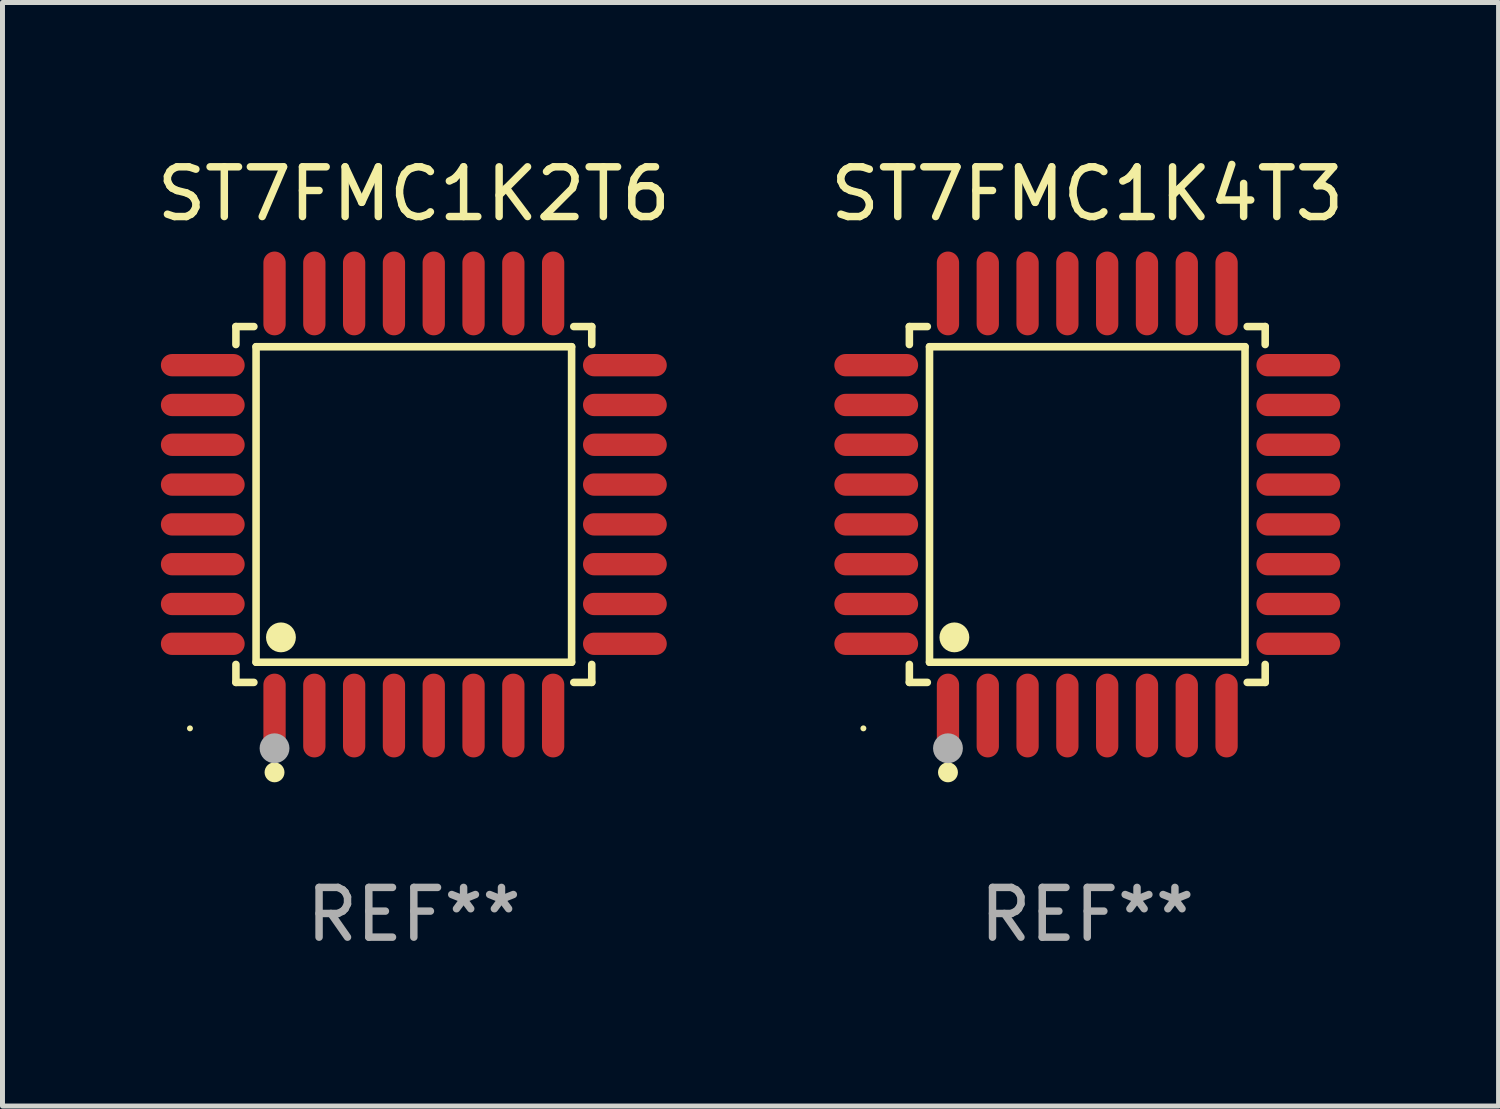
<source format=kicad_pcb>
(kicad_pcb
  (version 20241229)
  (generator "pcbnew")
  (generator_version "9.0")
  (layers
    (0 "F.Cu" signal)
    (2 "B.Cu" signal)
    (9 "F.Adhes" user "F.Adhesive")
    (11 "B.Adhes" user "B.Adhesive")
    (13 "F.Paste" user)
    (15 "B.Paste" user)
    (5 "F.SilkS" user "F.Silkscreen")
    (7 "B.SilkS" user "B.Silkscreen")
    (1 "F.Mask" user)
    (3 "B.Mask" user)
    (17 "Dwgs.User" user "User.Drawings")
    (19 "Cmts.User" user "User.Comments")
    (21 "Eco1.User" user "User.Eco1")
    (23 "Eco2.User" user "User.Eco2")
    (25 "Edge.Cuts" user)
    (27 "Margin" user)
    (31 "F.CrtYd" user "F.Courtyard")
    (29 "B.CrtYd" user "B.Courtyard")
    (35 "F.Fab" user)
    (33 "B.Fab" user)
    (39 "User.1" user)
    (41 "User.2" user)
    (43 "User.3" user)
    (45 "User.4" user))
  (footprint "ST7FMC1K2T6"
    (layer "F.Cu")
    (at 5.268 7.09)
    (property "Reference" "ST7FMC1K2T6" (at 0 -6.242 0) (layer "F.SilkS") (effects (font (size 1 1) (thickness 0.15))))
    (attr through_hole)
    (fp_line (start -3.576 -3.576) (end -3.215 -3.576) (stroke (width 0.152) (type solid)) (layer "F.SilkS"))
    (fp_line (start -3.576 -3.215) (end -3.576 -3.576) (stroke (width 0.152) (type solid)) (layer "F.SilkS"))
    (fp_line (start -3.576 3.215) (end -3.576 3.576) (stroke (width 0.152) (type solid)) (layer "F.SilkS"))
    (fp_line (start -3.576 3.576) (end -3.215 3.576) (stroke (width 0.152) (type solid)) (layer "F.SilkS"))
    (fp_line (start -3.171 -3.171) (end 3.171 -3.171) (stroke (width 0.152) (type solid)) (layer "F.SilkS"))
    (fp_line (start -3.171 3.171) (end -3.171 -3.171) (stroke (width 0.152) (type solid)) (layer "F.SilkS"))
    (fp_line (start 3.171 -3.171) (end 3.171 3.171) (stroke (width 0.152) (type solid)) (layer "F.SilkS"))
    (fp_line (start 3.171 3.171) (end -3.171 3.171) (stroke (width 0.152) (type solid)) (layer "F.SilkS"))
    (fp_line (start 3.576 -3.576) (end 3.215 -3.576) (stroke (width 0.152) (type solid)) (layer "F.SilkS"))
    (fp_line (start 3.576 -3.215) (end 3.576 -3.576) (stroke (width 0.152) (type solid)) (layer "F.SilkS"))
    (fp_line (start 3.576 3.215) (end 3.576 3.576) (stroke (width 0.152) (type solid)) (layer "F.SilkS"))
    (fp_line (start 3.576 3.576) (end 3.215 3.576) (stroke (width 0.152) (type solid)) (layer "F.SilkS"))
    (fp_circle (center -4.5 4.5) (end -4.47 4.5) (stroke (width 0.06) (type solid)) (fill no) (layer "F.SilkS"))
    (fp_circle (center -2.8 5.384) (end -2.7 5.384) (stroke (width 0.2) (type solid)) (fill no) (layer "F.SilkS"))
    (fp_circle (center -2.671 2.671) (end -2.521 2.671) (stroke (width 0.3) (type solid)) (fill no) (layer "F.SilkS"))
    (fp_circle (center -2.8 4.9) (end -2.65 4.9) (stroke (width 0.3) (type solid)) (fill no) (layer "F.Fab"))
    (fp_text user "REF**" (at 0 8.242 0) (layer "F.Fab") (effects (font (size 1 1) (thickness 0.15))))
    (pad "1" smd oval (at -2.8 4.242) (size 0.448 1.684) (layers "F.Cu" "F.Mask" "F.Paste"))
    (pad "2" smd oval (at -2 4.242) (size 0.448 1.684) (layers "F.Cu" "F.Mask" "F.Paste"))
    (pad "3" smd oval (at -1.2 4.242) (size 0.448 1.684) (layers "F.Cu" "F.Mask" "F.Paste"))
    (pad "4" smd oval (at -0.4 4.242) (size 0.448 1.684) (layers "F.Cu" "F.Mask" "F.Paste"))
    (pad "5" smd oval (at 0.4 4.242) (size 0.448 1.684) (layers "F.Cu" "F.Mask" "F.Paste"))
    (pad "6" smd oval (at 1.2 4.242) (size 0.448 1.684) (layers "F.Cu" "F.Mask" "F.Paste"))
    (pad "7" smd oval (at 2 4.242) (size 0.448 1.684) (layers "F.Cu" "F.Mask" "F.Paste"))
    (pad "8" smd oval (at 2.8 4.242) (size 0.448 1.684) (layers "F.Cu" "F.Mask" "F.Paste"))
    (pad "9" smd oval (at 4.242 2.8) (size 1.684 0.448) (layers "F.Cu" "F.Mask" "F.Paste"))
    (pad "10" smd oval (at 4.242 2) (size 1.684 0.448) (layers "F.Cu" "F.Mask" "F.Paste"))
    (pad "11" smd oval (at 4.242 1.2) (size 1.684 0.448) (layers "F.Cu" "F.Mask" "F.Paste"))
    (pad "12" smd oval (at 4.242 0.4) (size 1.684 0.448) (layers "F.Cu" "F.Mask" "F.Paste"))
    (pad "13" smd oval (at 4.242 -0.4) (size 1.684 0.448) (layers "F.Cu" "F.Mask" "F.Paste"))
    (pad "14" smd oval (at 4.242 -1.2) (size 1.684 0.448) (layers "F.Cu" "F.Mask" "F.Paste"))
    (pad "15" smd oval (at 4.242 -2) (size 1.684 0.448) (layers "F.Cu" "F.Mask" "F.Paste"))
    (pad "16" smd oval (at 4.242 -2.8) (size 1.684 0.448) (layers "F.Cu" "F.Mask" "F.Paste"))
    (pad "17" smd oval (at 2.8 -4.242) (size 0.448 1.684) (layers "F.Cu" "F.Mask" "F.Paste"))
    (pad "18" smd oval (at 2 -4.242) (size 0.448 1.684) (layers "F.Cu" "F.Mask" "F.Paste"))
    (pad "19" smd oval (at 1.2 -4.242) (size 0.448 1.684) (layers "F.Cu" "F.Mask" "F.Paste"))
    (pad "20" smd oval (at 0.4 -4.242) (size 0.448 1.684) (layers "F.Cu" "F.Mask" "F.Paste"))
    (pad "21" smd oval (at -0.4 -4.242) (size 0.448 1.684) (layers "F.Cu" "F.Mask" "F.Paste"))
    (pad "22" smd oval (at -1.2 -4.242) (size 0.448 1.684) (layers "F.Cu" "F.Mask" "F.Paste"))
    (pad "23" smd oval (at -2 -4.242) (size 0.448 1.684) (layers "F.Cu" "F.Mask" "F.Paste"))
    (pad "24" smd oval (at -2.8 -4.242) (size 0.448 1.684) (layers "F.Cu" "F.Mask" "F.Paste"))
    (pad "25" smd oval (at -4.242 -2.8) (size 1.684 0.448) (layers "F.Cu" "F.Mask" "F.Paste"))
    (pad "26" smd oval (at -4.242 -2) (size 1.684 0.448) (layers "F.Cu" "F.Mask" "F.Paste"))
    (pad "27" smd oval (at -4.242 -1.2) (size 1.684 0.448) (layers "F.Cu" "F.Mask" "F.Paste"))
    (pad "28" smd oval (at -4.242 -0.4) (size 1.684 0.448) (layers "F.Cu" "F.Mask" "F.Paste"))
    (pad "29" smd oval (at -4.242 0.4) (size 1.684 0.448) (layers "F.Cu" "F.Mask" "F.Paste"))
    (pad "30" smd oval (at -4.242 1.2) (size 1.684 0.448) (layers "F.Cu" "F.Mask" "F.Paste"))
    (pad "31" smd oval (at -4.242 2) (size 1.684 0.448) (layers "F.Cu" "F.Mask" "F.Paste"))
    (pad "32" smd oval (at -4.242 2.8) (size 1.684 0.448) (layers "F.Cu" "F.Mask" "F.Paste")))
  (footprint "ST7FMC1K4T3"
    (layer "F.Cu")
    (at 18.804 7.09)
    (property "Reference" "ST7FMC1K4T3" (at 0 -6.242 0) (layer "F.SilkS") (effects (font (size 1 1) (thickness 0.15))))
    (attr through_hole)
    (fp_line (start -3.576 -3.576) (end -3.215 -3.576) (stroke (width 0.152) (type solid)) (layer "F.SilkS"))
    (fp_line (start -3.576 -3.215) (end -3.576 -3.576) (stroke (width 0.152) (type solid)) (layer "F.SilkS"))
    (fp_line (start -3.576 3.215) (end -3.576 3.576) (stroke (width 0.152) (type solid)) (layer "F.SilkS"))
    (fp_line (start -3.576 3.576) (end -3.215 3.576) (stroke (width 0.152) (type solid)) (layer "F.SilkS"))
    (fp_line (start -3.171 -3.171) (end 3.171 -3.171) (stroke (width 0.152) (type solid)) (layer "F.SilkS"))
    (fp_line (start -3.171 3.171) (end -3.171 -3.171) (stroke (width 0.152) (type solid)) (layer "F.SilkS"))
    (fp_line (start 3.171 -3.171) (end 3.171 3.171) (stroke (width 0.152) (type solid)) (layer "F.SilkS"))
    (fp_line (start 3.171 3.171) (end -3.171 3.171) (stroke (width 0.152) (type solid)) (layer "F.SilkS"))
    (fp_line (start 3.576 -3.576) (end 3.215 -3.576) (stroke (width 0.152) (type solid)) (layer "F.SilkS"))
    (fp_line (start 3.576 -3.215) (end 3.576 -3.576) (stroke (width 0.152) (type solid)) (layer "F.SilkS"))
    (fp_line (start 3.576 3.215) (end 3.576 3.576) (stroke (width 0.152) (type solid)) (layer "F.SilkS"))
    (fp_line (start 3.576 3.576) (end 3.215 3.576) (stroke (width 0.152) (type solid)) (layer "F.SilkS"))
    (fp_circle (center -4.5 4.5) (end -4.47 4.5) (stroke (width 0.06) (type solid)) (fill no) (layer "F.SilkS"))
    (fp_circle (center -2.8 5.384) (end -2.7 5.384) (stroke (width 0.2) (type solid)) (fill no) (layer "F.SilkS"))
    (fp_circle (center -2.671 2.671) (end -2.521 2.671) (stroke (width 0.3) (type solid)) (fill no) (layer "F.SilkS"))
    (fp_circle (center -2.8 4.9) (end -2.65 4.9) (stroke (width 0.3) (type solid)) (fill no) (layer "F.Fab"))
    (fp_text user "REF**" (at 0 8.242 0) (layer "F.Fab") (effects (font (size 1 1) (thickness 0.15))))
    (pad "1" smd oval (at -2.8 4.242) (size 0.448 1.684) (layers "F.Cu" "F.Mask" "F.Paste"))
    (pad "2" smd oval (at -2 4.242) (size 0.448 1.684) (layers "F.Cu" "F.Mask" "F.Paste"))
    (pad "3" smd oval (at -1.2 4.242) (size 0.448 1.684) (layers "F.Cu" "F.Mask" "F.Paste"))
    (pad "4" smd oval (at -0.4 4.242) (size 0.448 1.684) (layers "F.Cu" "F.Mask" "F.Paste"))
    (pad "5" smd oval (at 0.4 4.242) (size 0.448 1.684) (layers "F.Cu" "F.Mask" "F.Paste"))
    (pad "6" smd oval (at 1.2 4.242) (size 0.448 1.684) (layers "F.Cu" "F.Mask" "F.Paste"))
    (pad "7" smd oval (at 2 4.242) (size 0.448 1.684) (layers "F.Cu" "F.Mask" "F.Paste"))
    (pad "8" smd oval (at 2.8 4.242) (size 0.448 1.684) (layers "F.Cu" "F.Mask" "F.Paste"))
    (pad "9" smd oval (at 4.242 2.8) (size 1.684 0.448) (layers "F.Cu" "F.Mask" "F.Paste"))
    (pad "10" smd oval (at 4.242 2) (size 1.684 0.448) (layers "F.Cu" "F.Mask" "F.Paste"))
    (pad "11" smd oval (at 4.242 1.2) (size 1.684 0.448) (layers "F.Cu" "F.Mask" "F.Paste"))
    (pad "12" smd oval (at 4.242 0.4) (size 1.684 0.448) (layers "F.Cu" "F.Mask" "F.Paste"))
    (pad "13" smd oval (at 4.242 -0.4) (size 1.684 0.448) (layers "F.Cu" "F.Mask" "F.Paste"))
    (pad "14" smd oval (at 4.242 -1.2) (size 1.684 0.448) (layers "F.Cu" "F.Mask" "F.Paste"))
    (pad "15" smd oval (at 4.242 -2) (size 1.684 0.448) (layers "F.Cu" "F.Mask" "F.Paste"))
    (pad "16" smd oval (at 4.242 -2.8) (size 1.684 0.448) (layers "F.Cu" "F.Mask" "F.Paste"))
    (pad "17" smd oval (at 2.8 -4.242) (size 0.448 1.684) (layers "F.Cu" "F.Mask" "F.Paste"))
    (pad "18" smd oval (at 2 -4.242) (size 0.448 1.684) (layers "F.Cu" "F.Mask" "F.Paste"))
    (pad "19" smd oval (at 1.2 -4.242) (size 0.448 1.684) (layers "F.Cu" "F.Mask" "F.Paste"))
    (pad "20" smd oval (at 0.4 -4.242) (size 0.448 1.684) (layers "F.Cu" "F.Mask" "F.Paste"))
    (pad "21" smd oval (at -0.4 -4.242) (size 0.448 1.684) (layers "F.Cu" "F.Mask" "F.Paste"))
    (pad "22" smd oval (at -1.2 -4.242) (size 0.448 1.684) (layers "F.Cu" "F.Mask" "F.Paste"))
    (pad "23" smd oval (at -2 -4.242) (size 0.448 1.684) (layers "F.Cu" "F.Mask" "F.Paste"))
    (pad "24" smd oval (at -2.8 -4.242) (size 0.448 1.684) (layers "F.Cu" "F.Mask" "F.Paste"))
    (pad "25" smd oval (at -4.242 -2.8) (size 1.684 0.448) (layers "F.Cu" "F.Mask" "F.Paste"))
    (pad "26" smd oval (at -4.242 -2) (size 1.684 0.448) (layers "F.Cu" "F.Mask" "F.Paste"))
    (pad "27" smd oval (at -4.242 -1.2) (size 1.684 0.448) (layers "F.Cu" "F.Mask" "F.Paste"))
    (pad "28" smd oval (at -4.242 -0.4) (size 1.684 0.448) (layers "F.Cu" "F.Mask" "F.Paste"))
    (pad "29" smd oval (at -4.242 0.4) (size 1.684 0.448) (layers "F.Cu" "F.Mask" "F.Paste"))
    (pad "30" smd oval (at -4.242 1.2) (size 1.684 0.448) (layers "F.Cu" "F.Mask" "F.Paste"))
    (pad "31" smd oval (at -4.242 2) (size 1.684 0.448) (layers "F.Cu" "F.Mask" "F.Paste"))
    (pad "32" smd oval (at -4.242 2.8) (size 1.684 0.448) (layers "F.Cu" "F.Mask" "F.Paste")))
  (gr_rect
    (start -3 -3)
    (end 27.071 19.181)
    (stroke (width 0.1) (type default))
    (fill no)
    (layer "Edge.Cuts")))
</source>
